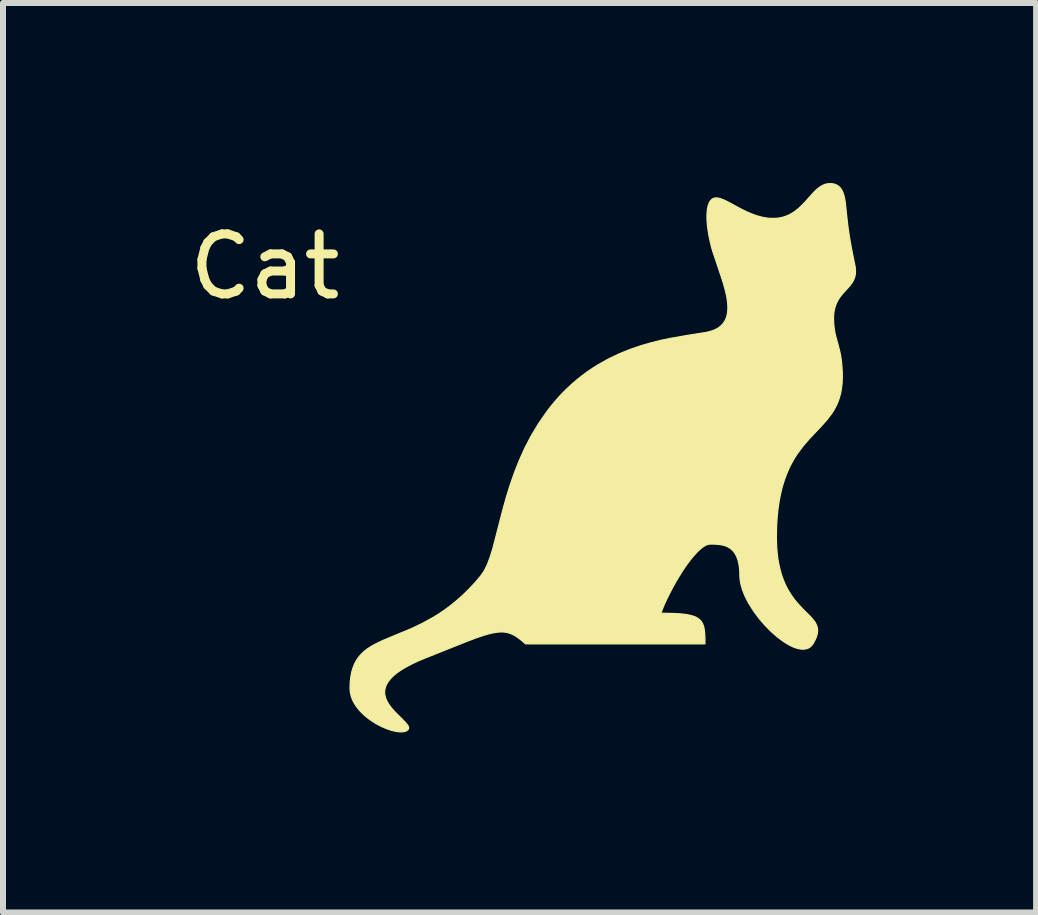
<source format=kicad_pcb>
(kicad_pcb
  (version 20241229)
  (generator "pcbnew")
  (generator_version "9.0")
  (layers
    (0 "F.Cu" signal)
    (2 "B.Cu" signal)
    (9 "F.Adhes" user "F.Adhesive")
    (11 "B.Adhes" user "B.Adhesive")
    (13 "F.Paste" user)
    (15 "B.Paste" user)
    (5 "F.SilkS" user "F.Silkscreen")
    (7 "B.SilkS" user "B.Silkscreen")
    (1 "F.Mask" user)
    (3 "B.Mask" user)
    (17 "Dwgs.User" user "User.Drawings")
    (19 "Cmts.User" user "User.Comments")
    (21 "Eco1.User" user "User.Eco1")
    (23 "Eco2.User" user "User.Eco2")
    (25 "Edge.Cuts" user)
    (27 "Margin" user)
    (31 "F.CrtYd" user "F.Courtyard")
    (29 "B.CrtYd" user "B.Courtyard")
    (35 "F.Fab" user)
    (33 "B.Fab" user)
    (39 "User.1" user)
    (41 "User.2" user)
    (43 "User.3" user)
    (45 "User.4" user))
  (footprint "Cat"
    (layer "F.Cu")
    (at 6.443 3.298)
    (property "Reference" "Cat" (at -5.08 -1.905 0) (unlocked yes) (layer "F.SilkS") (effects (font (size 1 1) (thickness 0.15))))
    (attr smd)
    (fp_poly (pts (xy 4.37 -3.287) (xy 4.39 -3.284) (xy 4.409 -3.28) (xy 4.427 -3.274) (xy 4.444 -3.267) (xy 4.459 -3.259) (xy 4.474 -3.249) (xy 4.487 -3.239) (xy 4.5 -3.227) (xy 4.511 -3.214) (xy 4.521 -3.2) (xy 4.531 -3.185) (xy 4.54 -3.17) (xy 4.555 -3.136) (xy 4.568 -3.099) (xy 4.578 -3.059) (xy 4.586 -3.017) (xy 4.593 -2.974) (xy 4.603 -2.883) (xy 4.612 -2.791) (xy 4.626 -2.666) (xy 4.64 -2.55) (xy 4.656 -2.441) (xy 4.673 -2.337) (xy 4.691 -2.236) (xy 4.71 -2.135) (xy 4.752 -1.929) (xy 4.759 -1.891) (xy 4.762 -1.856) (xy 4.763 -1.823) (xy 4.762 -1.792) (xy 4.758 -1.763) (xy 4.751 -1.736) (xy 4.743 -1.71) (xy 4.733 -1.686) (xy 4.721 -1.662) (xy 4.708 -1.64) (xy 4.693 -1.619) (xy 4.678 -1.598) (xy 4.644 -1.558) (xy 4.607 -1.518) (xy 4.569 -1.477) (xy 4.532 -1.434) (xy 4.514 -1.411) (xy 4.497 -1.387) (xy 4.481 -1.361) (xy 4.465 -1.334) (xy 4.451 -1.305) (xy 4.438 -1.275) (xy 4.426 -1.242) (xy 4.416 -1.208) (xy 4.408 -1.171) (xy 4.402 -1.131) (xy 4.399 -1.088) (xy 4.397 -1.043) (xy 4.399 -0.976) (xy 4.404 -0.914) (xy 4.411 -0.858) (xy 4.42 -0.805) (xy 4.431 -0.755) (xy 4.444 -0.707) (xy 4.471 -0.61) (xy 4.497 -0.507) (xy 4.51 -0.45) (xy 4.521 -0.387) (xy 4.53 -0.319) (xy 4.537 -0.243) (xy 4.542 -0.158) (xy 4.544 -0.064) (xy 4.54 0.031) (xy 4.531 0.119) (xy 4.516 0.201) (xy 4.496 0.277) (xy 4.471 0.348) (xy 4.442 0.414) (xy 4.409 0.476) (xy 4.372 0.535) (xy 4.289 0.645) (xy 4.196 0.75) (xy 3.994 0.963) (xy 3.892 1.081) (xy 3.793 1.214) (xy 3.745 1.288) (xy 3.7 1.367) (xy 3.657 1.453) (xy 3.617 1.545) (xy 3.58 1.645) (xy 3.546 1.753) (xy 3.517 1.87) (xy 3.492 1.996) (xy 3.472 2.132) (xy 3.457 2.279) (xy 3.448 2.438) (xy 3.445 2.608) (xy 3.448 2.733) (xy 3.456 2.849) (xy 3.468 2.956) (xy 3.486 3.056) (xy 3.507 3.148) (xy 3.531 3.234) (xy 3.559 3.313) (xy 3.59 3.386) (xy 3.623 3.453) (xy 3.657 3.514) (xy 3.694 3.571) (xy 3.731 3.623) (xy 3.769 3.672) (xy 3.807 3.716) (xy 3.882 3.797) (xy 4.017 3.932) (xy 4.044 3.963) (xy 4.069 3.994) (xy 4.091 4.025) (xy 4.108 4.057) (xy 4.121 4.089) (xy 4.129 4.123) (xy 4.132 4.159) (xy 4.129 4.197) (xy 4.12 4.238) (xy 4.105 4.282) (xy 4.083 4.329) (xy 4.054 4.381) (xy 4.029 4.413) (xy 4.001 4.438) (xy 3.969 4.455) (xy 3.933 4.466) (xy 3.894 4.47) (xy 3.853 4.468) (xy 3.809 4.46) (xy 3.763 4.447) (xy 3.715 4.428) (xy 3.666 4.404) (xy 3.615 4.375) (xy 3.564 4.343) (xy 3.46 4.265) (xy 3.356 4.174) (xy 3.255 4.071) (xy 3.159 3.96) (xy 3.071 3.842) (xy 2.993 3.72) (xy 2.959 3.659) (xy 2.928 3.597) (xy 2.902 3.536) (xy 2.879 3.475) (xy 2.861 3.415) (xy 2.848 3.356) (xy 2.839 3.299) (xy 2.836 3.243) (xy 2.836 3.197) (xy 2.833 3.153) (xy 2.83 3.112) (xy 2.824 3.073) (xy 2.818 3.038) (xy 2.81 3.004) (xy 2.801 2.973) (xy 2.791 2.945) (xy 2.78 2.919) (xy 2.767 2.894) (xy 2.754 2.872) (xy 2.74 2.852) (xy 2.725 2.833) (xy 2.709 2.817) (xy 2.692 2.802) (xy 2.674 2.788) (xy 2.656 2.777) (xy 2.637 2.766) (xy 2.618 2.757) (xy 2.598 2.749) (xy 2.578 2.742) (xy 2.558 2.737) (xy 2.515 2.728) (xy 2.473 2.723) (xy 2.429 2.72) (xy 2.386 2.718) (xy 2.344 2.718) (xy 2.319 2.721) (xy 2.294 2.727) (xy 2.267 2.739) (xy 2.24 2.754) (xy 2.212 2.773) (xy 2.183 2.796) (xy 2.124 2.851) (xy 2.063 2.918) (xy 2.001 2.994) (xy 1.939 3.078) (xy 1.879 3.168) (xy 1.82 3.262) (xy 1.763 3.358) (xy 1.71 3.455) (xy 1.661 3.549) (xy 1.616 3.64) (xy 1.577 3.725) (xy 1.545 3.803) (xy 1.52 3.871) (xy 1.644 3.873) (xy 1.754 3.876) (xy 1.849 3.882) (xy 1.892 3.886) (xy 1.932 3.891) (xy 1.968 3.897) (xy 2.002 3.904) (xy 2.033 3.912) (xy 2.062 3.921) (xy 2.088 3.93) (xy 2.111 3.941) (xy 2.132 3.954) (xy 2.151 3.967) (xy 2.168 3.981) (xy 2.183 3.997) (xy 2.196 4.014) (xy 2.208 4.033) (xy 2.217 4.053) (xy 2.226 4.074) (xy 2.233 4.097) (xy 2.239 4.122) (xy 2.243 4.148) (xy 2.247 4.176) (xy 2.252 4.237) (xy 2.254 4.305) (xy 2.254 4.381) (xy -0.735 4.381) (xy -0.802 4.323) (xy -0.864 4.275) (xy -0.924 4.237) (xy -0.984 4.209) (xy -1.045 4.191) (xy -1.111 4.182) (xy -1.182 4.184) (xy -1.261 4.195) (xy -1.35 4.215) (xy -1.451 4.245) (xy -1.565 4.284) (xy -1.695 4.333) (xy -2.412 4.619) (xy -2.536 4.671) (xy -2.645 4.723) (xy -2.74 4.774) (xy -2.822 4.824) (xy -2.891 4.874) (xy -2.948 4.923) (xy -2.994 4.971) (xy -3.03 5.019) (xy -3.056 5.065) (xy -3.073 5.111) (xy -3.082 5.156) (xy -3.084 5.199) (xy -3.078 5.242) (xy -3.067 5.284) (xy -3.051 5.325) (xy -3.03 5.364) (xy -3.005 5.403) (xy -2.978 5.44) (xy -2.917 5.51) (xy -2.791 5.635) (xy -2.739 5.689) (xy -2.701 5.736) (xy -2.689 5.757) (xy -2.684 5.776) (xy -2.685 5.794) (xy -2.693 5.81) (xy -2.708 5.823) (xy -2.726 5.833) (xy -2.748 5.841) (xy -2.773 5.846) (xy -2.801 5.848) (xy -2.832 5.847) (xy -2.865 5.844) (xy -2.9 5.838) (xy -2.937 5.83) (xy -2.976 5.82) (xy -3.016 5.807) (xy -3.057 5.791) (xy -3.099 5.774) (xy -3.141 5.755) (xy -3.184 5.733) (xy -3.226 5.71) (xy -3.268 5.684) (xy -3.309 5.657) (xy -3.35 5.628) (xy -3.389 5.598) (xy -3.426 5.565) (xy -3.462 5.531) (xy -3.496 5.496) (xy -3.527 5.459) (xy -3.556 5.421) (xy -3.582 5.382) (xy -3.605 5.341) (xy -3.624 5.299) (xy -3.639 5.256) (xy -3.65 5.212) (xy -3.657 5.167) (xy -3.66 5.122) (xy -3.657 5.023) (xy -3.647 4.934) (xy -3.632 4.853) (xy -3.61 4.78) (xy -3.583 4.713) (xy -3.551 4.653) (xy -3.513 4.599) (xy -3.47 4.55) (xy -3.423 4.506) (xy -3.371 4.465) (xy -3.314 4.428) (xy -3.253 4.393) (xy -3.12 4.328) (xy -2.972 4.266) (xy -2.641 4.129) (xy -2.461 4.043) (xy -2.272 3.94) (xy -2.176 3.88) (xy -2.078 3.813) (xy -1.979 3.74) (xy -1.88 3.658) (xy -1.779 3.569) (xy -1.678 3.47) (xy -1.577 3.362) (xy -1.476 3.243) (xy -1.42 3.159) (xy -1.37 3.056) (xy -1.325 2.936) (xy -1.282 2.8) (xy -1.108 2.126) (xy -1.054 1.934) (xy -0.992 1.735) (xy -0.921 1.531) (xy -0.839 1.324) (xy -0.745 1.114) (xy -0.635 0.905) (xy -0.509 0.697) (xy -0.365 0.491) (xy -0.287 0.393) (xy -0.208 0.299) (xy -0.127 0.211) (xy -0.044 0.129) (xy 0.04 0.051) (xy 0.125 -0.022) (xy 0.211 -0.09) (xy 0.297 -0.154) (xy 0.385 -0.213) (xy 0.473 -0.269) (xy 0.65 -0.368) (xy 0.827 -0.452) (xy 1.004 -0.524) (xy 1.179 -0.584) (xy 1.351 -0.634) (xy 1.519 -0.676) (xy 1.681 -0.71) (xy 1.986 -0.763) (xy 2.254 -0.805) (xy 2.313 -0.817) (xy 2.367 -0.832) (xy 2.414 -0.85) (xy 2.457 -0.871) (xy 2.494 -0.895) (xy 2.526 -0.923) (xy 2.554 -0.952) (xy 2.577 -0.984) (xy 2.597 -1.019) (xy 2.612 -1.056) (xy 2.623 -1.095) (xy 2.631 -1.136) (xy 2.635 -1.179) (xy 2.637 -1.223) (xy 2.635 -1.269) (xy 2.631 -1.317) (xy 2.616 -1.415) (xy 2.592 -1.518) (xy 2.563 -1.623) (xy 2.529 -1.73) (xy 2.387 -2.154) (xy 2.367 -2.22) (xy 2.35 -2.289) (xy 2.334 -2.359) (xy 2.319 -2.43) (xy 2.308 -2.501) (xy 2.298 -2.571) (xy 2.292 -2.639) (xy 2.288 -2.705) (xy 2.288 -2.768) (xy 2.292 -2.826) (xy 2.295 -2.854) (xy 2.299 -2.88) (xy 2.304 -2.904) (xy 2.31 -2.927) (xy 2.318 -2.949) (xy 2.326 -2.968) (xy 2.336 -2.986) (xy 2.347 -3.002) (xy 2.359 -3.016) (xy 2.372 -3.028) (xy 2.387 -3.037) (xy 2.403 -3.044) (xy 2.421 -3.048) (xy 2.439 -3.05) (xy 2.459 -3.049) (xy 2.48 -3.046) (xy 2.526 -3.033) (xy 2.576 -3.013) (xy 2.631 -2.986) (xy 2.689 -2.956) (xy 2.817 -2.886) (xy 2.886 -2.85) (xy 2.958 -2.815) (xy 3.034 -2.783) (xy 3.111 -2.755) (xy 3.192 -2.732) (xy 3.233 -2.723) (xy 3.274 -2.716) (xy 3.316 -2.711) (xy 3.359 -2.708) (xy 3.402 -2.708) (xy 3.445 -2.71) (xy 3.488 -2.715) (xy 3.528 -2.722) (xy 3.567 -2.733) (xy 3.604 -2.745) (xy 3.64 -2.76) (xy 3.674 -2.776) (xy 3.706 -2.795) (xy 3.737 -2.814) (xy 3.767 -2.836) (xy 3.795 -2.858) (xy 3.823 -2.882) (xy 3.849 -2.906) (xy 3.9 -2.957) (xy 3.947 -3.008) (xy 4.038 -3.11) (xy 4.082 -3.156) (xy 4.104 -3.178) (xy 4.126 -3.198) (xy 4.149 -3.216) (xy 4.172 -3.233) (xy 4.196 -3.248) (xy 4.22 -3.261) (xy 4.245 -3.272) (xy 4.271 -3.28) (xy 4.297 -3.285) (xy 4.325 -3.288) (xy 4.348 -3.288)) (stroke (width 0.02) (type solid)) (fill yes) (layer "F.SilkS")))
  (gr_rect
    (start -3 -3)
    (end 14.216 12.156)
    (stroke (width 0.1) (type default))
    (fill no)
    (layer "Edge.Cuts")))
</source>
